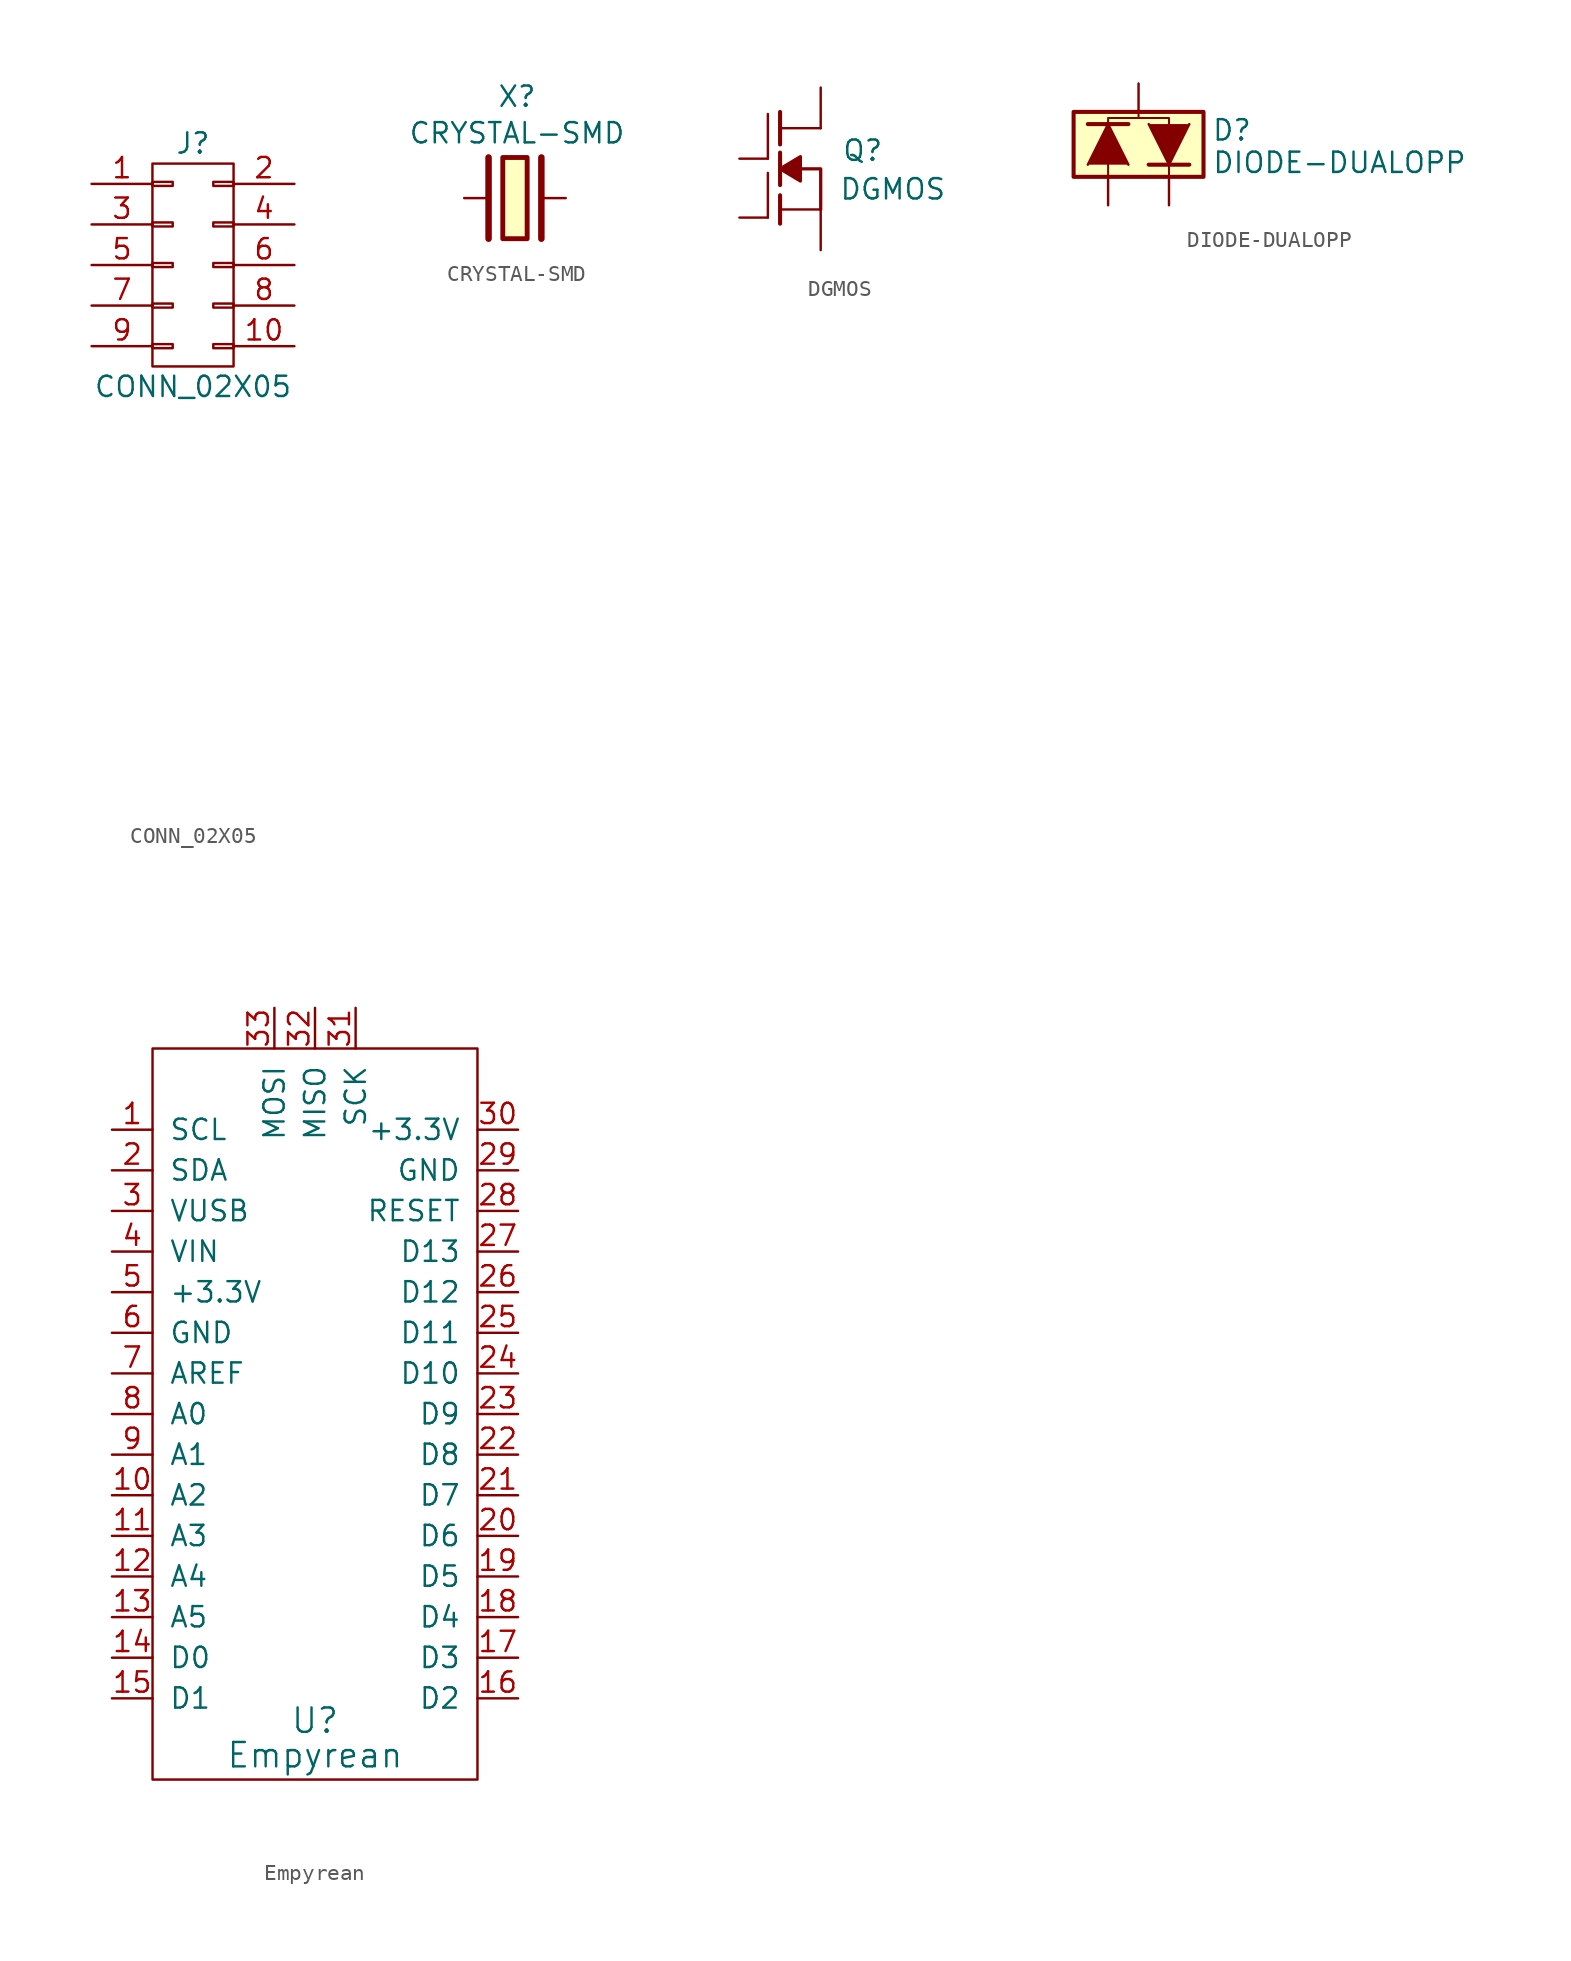
<source format=kicad_sym>
(kicad_symbol_lib
  (version 20220914)
  (generator kicad_symbol_editor)
  (symbol "CONN_02X05"
    (pin_names
      (offset 0.025) hide)
    (property "Reference" "J"
      (at 0 7.62 0)
      (effects (font (size 1.27 1.27))))
    (property "Value" "CONN_02X05"
      (at 0 -7.62 0)
      (effects (font (size 1.27 1.27))))
    (property "Footprint" ""
      (at 0 -30.48 0)
      (effects (font (size 1.524 1.524))))
    (property "Datasheet" ""
      (at 0 -30.48 0)
      (effects (font (size 1.524 1.524))))
    (symbol "CONN_02X05_0_1"
      (rectangle (start -2.54 -4.953) (end -1.27 -5.207) (stroke (width 0) (type solid)) (fill (type none)))
      (rectangle (start -2.54 -2.413) (end -1.27 -2.667) (stroke (width 0) (type solid)) (fill (type none)))
      (rectangle (start -2.54 0.127) (end -1.27 -0.127) (stroke (width 0) (type solid)) (fill (type none)))
      (rectangle (start -2.54 2.667) (end -1.27 2.413) (stroke (width 0) (type solid)) (fill (type none)))
      (rectangle (start -2.54 5.207) (end -1.27 4.953) (stroke (width 0) (type solid)) (fill (type none)))
      (rectangle (start -2.54 6.35) (end 2.54 -6.35) (stroke (width 0) (type solid)) (fill (type none)))
      (rectangle (start 1.27 -4.953) (end 2.54 -5.207) (stroke (width 0) (type solid)) (fill (type none)))
      (rectangle (start 1.27 -2.413) (end 2.54 -2.667) (stroke (width 0) (type solid)) (fill (type none)))
      (rectangle (start 1.27 0.127) (end 2.54 -0.127) (stroke (width 0) (type solid)) (fill (type none)))
      (rectangle (start 1.27 2.667) (end 2.54 2.413) (stroke (width 0) (type solid)) (fill (type none)))
      (rectangle (start 1.27 5.207) (end 2.54 4.953) (stroke (width 0) (type solid)) (fill (type none))))
    (symbol "CONN_02X05_1_1"
      (pin passive line (at -6.35 5.08 0) (length 3.81) (name "P1" (effects (font (size 1.27 1.27)))) (number "1" (effects (font (size 1.27 1.27)))))
      (pin passive line (at 6.35 -5.08 180) (length 3.81) (name "P10" (effects (font (size 1.27 1.27)))) (number "10" (effects (font (size 1.27 1.27)))))
      (pin passive line (at 6.35 5.08 180) (length 3.81) (name "P2" (effects (font (size 1.27 1.27)))) (number "2" (effects (font (size 1.27 1.27)))))
      (pin passive line (at -6.35 2.54 0) (length 3.81) (name "P3" (effects (font (size 1.27 1.27)))) (number "3" (effects (font (size 1.27 1.27)))))
      (pin passive line (at 6.35 2.54 180) (length 3.81) (name "P4" (effects (font (size 1.27 1.27)))) (number "4" (effects (font (size 1.27 1.27)))))
      (pin passive line (at -6.35 0 0) (length 3.81) (name "P5" (effects (font (size 1.27 1.27)))) (number "5" (effects (font (size 1.27 1.27)))))
      (pin passive line (at 6.35 0 180) (length 3.81) (name "P6" (effects (font (size 1.27 1.27)))) (number "6" (effects (font (size 1.27 1.27)))))
      (pin passive line (at -6.35 -2.54 0) (length 3.81) (name "P7" (effects (font (size 1.27 1.27)))) (number "7" (effects (font (size 1.27 1.27)))))
      (pin passive line (at 6.35 -2.54 180) (length 3.81) (name "P8" (effects (font (size 1.27 1.27)))) (number "8" (effects (font (size 1.27 1.27)))))
      (pin passive line (at -6.35 -5.08 0) (length 3.81) (name "P9" (effects (font (size 1.27 1.27)))) (number "9" (effects (font (size 1.27 1.27)))))))
  (symbol "CRYSTAL-SMD"
    (pin_numbers hide)
    (pin_names
      (offset 1.016) hide)
    (property "Reference" "X"
      (at 0.127 6.35 0)
      (effects (font (size 1.27 1.27))))
    (property "Value" "CRYSTAL-SMD"
      (at 0.127 4.064 0)
      (effects (font (size 1.27 1.27))))
    (property "Footprint" ""
      (at 0 0 0)
      (effects (font (size 1.524 1.524))))
    (property "Datasheet" ""
      (at 0 0 0)
      (effects (font (size 1.524 1.524))))
    (symbol "CRYSTAL-SMD_0_1"
      (polyline (pts (xy -1.651 2.54) (xy -1.651 -2.54)) (stroke (width 0.406) (type solid)) (fill (type none)))
      (polyline (pts (xy 1.651 2.54) (xy 1.651 -2.54)) (stroke (width 0.406) (type solid)) (fill (type none)))
      (polyline (pts (xy -0.762 2.54) (xy 0.762 2.54) (xy 0.762 -2.54) (xy -0.762 -2.54) (xy -0.762 2.54)) (stroke (width 0.305) (type solid)) (fill (type background))))
    (symbol "CRYSTAL-SMD_1_1"
      (pin passive line (at -3.175 0 0) (length 1.397) (name "1" (effects (font (size 1.016 1.016)))) (number "1" (effects (font (size 1.016 1.016)))))
      (pin passive line (at 3.175 0 180) (length 1.397) (name "3" (effects (font (size 1.016 1.016)))) (number "3" (effects (font (size 1.016 1.016)))))))
  (symbol "DGMOS"
    (pin_numbers hide)
    (pin_names
      (offset 0) hide)
    (property "Reference" "Q"
      (at 6.477 1.143 0)
      (effects (font (size 1.27 1.27)) (justify right)))
    (property "Value" "DGMOS"
      (at 10.414 -1.27 0)
      (effects (font (size 1.27 1.27)) (justify right)))
    (property "Footprint" ""
      (at 0 0 0)
      (effects (font (size 1.524 1.524))))
    (property "Datasheet" ""
      (at 0 0 0)
      (effects (font (size 1.524 1.524))))
    (symbol "DGMOS_0_1"
      (polyline (pts (xy -0.762 -3.048) (xy -0.762 -0.254)) (stroke (width 0.152) (type solid)) (fill (type none)))
      (polyline (pts (xy -0.762 0.635) (xy -0.762 3.429)) (stroke (width 0) (type solid)) (fill (type none)))
      (polyline (pts (xy 0 -3.429) (xy 0 -1.651)) (stroke (width 0.254) (type solid)) (fill (type none)))
      (polyline (pts (xy 0 -1.016) (xy 0 1.016)) (stroke (width 0.254) (type solid)) (fill (type none)))
      (polyline (pts (xy 0 1.524) (xy 0 3.556)) (stroke (width 0.254) (type solid)) (fill (type none)))
      (polyline (pts (xy 2.54 -2.54) (xy 0 -2.54)) (stroke (width 0) (type solid)) (fill (type none)))
      (polyline (pts (xy 2.54 2.54) (xy 0 2.54)) (stroke (width 0) (type solid)) (fill (type none)))
      (polyline (pts (xy 2.54 -2.54) (xy 2.54 0) (xy 1.27 0)) (stroke (width 0.203) (type solid)) (fill (type none)))
      (polyline (pts (xy 1.27 0.762) (xy 1.27 -0.762) (xy 0 0) (xy 1.27 0.762) (xy 1.27 0.762)) (stroke (width 0.203) (type solid)) (fill (type outline))))
    (symbol "DGMOS_1_1"
      (pin passive line (at 2.54 -5.08 90) (length 2.54) (name "S" (effects (font (size 1.016 1.016)))) (number "1" (effects (font (size 1.016 1.016)))))
      (pin passive line (at 2.54 5.08 270) (length 2.54) (name "D" (effects (font (size 1.016 1.016)))) (number "2" (effects (font (size 1.016 1.016)))))
      (pin passive line (at -2.54 0.635 0) (length 1.778) (name "G2" (effects (font (size 1.27 1.27)))) (number "3" (effects (font (size 1.27 1.27)))))
      (pin passive line (at -2.54 -3.048 0) (length 1.778) (name "G1" (effects (font (size 1.016 1.016)))) (number "4" (effects (font (size 1.016 1.016)))))))
  (symbol "DIODE-DUALOPP"
    (pin_numbers hide)
    (pin_names
      (offset 1.016) hide)
    (property "Reference" "D"
      (at 5.842 0.889 0)
      (effects (font (size 1.27 1.27))))
    (property "Value" "DIODE-DUALOPP"
      (at 12.573 -1.143 0)
      (effects (font (size 1.27 1.27))))
    (property "Footprint" ""
      (at 0 0 0)
      (effects (font (size 1.524 1.524))))
    (property "Datasheet" ""
      (at 0 0 0)
      (effects (font (size 1.524 1.524))))
    (symbol "DIODE-DUALOPP_0_1"
      (rectangle (start -4.064 2.032) (end 4.064 -2.032) (stroke (width 0.254) (type solid)) (fill (type background)))
      (polyline (pts (xy -3.175 1.27) (xy -0.635 1.27)) (stroke (width 0.254) (type solid)) (fill (type none)))
      (polyline (pts (xy -1.905 -1.27) (xy -1.905 -1.905)) (stroke (width 0.127) (type solid)) (fill (type none)))
      (polyline (pts (xy 0 1.651) (xy 0 2.032)) (stroke (width 0.127) (type solid)) (fill (type none)))
      (polyline (pts (xy 0.635 -1.27) (xy 3.175 -1.27)) (stroke (width 0.254) (type solid)) (fill (type none)))
      (polyline (pts (xy 1.905 -1.27) (xy 1.905 -1.905)) (stroke (width 0.127) (type solid)) (fill (type none)))
      (polyline (pts (xy -3.175 -1.27) (xy -1.905 1.27) (xy -0.635 -1.27)) (stroke (width 0) (type solid)) (fill (type outline)))
      (polyline (pts (xy 0.635 1.27) (xy 1.905 -1.27) (xy 3.175 1.27)) (stroke (width 0) (type solid)) (fill (type outline)))
      (polyline (pts (xy -1.905 1.27) (xy -1.905 1.651) (xy 1.905 1.651) (xy 1.905 1.27)) (stroke (width 0.127) (type solid)) (fill (type none))))
    (symbol "DIODE-DUALOPP_1_1"
      (pin passive line (at -1.905 -3.81 90) (length 1.778) (name "1" (effects (font (size 1.27 1.27)))) (number "1" (effects (font (size 1.27 1.27)))))
      (pin passive line (at 1.905 -3.81 90) (length 1.778) (name "2" (effects (font (size 1.27 1.27)))) (number "2" (effects (font (size 1.27 1.27)))))
      (pin passive line (at 0 3.81 270) (length 1.778) (name "3" (effects (font (size 1.27 1.27)))) (number "3" (effects (font (size 1.27 1.27)))))))
  (symbol "Empyrean"
    (pin_names
      (offset 1.016))
    (property "Reference" "U"
      (at 0 -19.177 0)
      (effects (font (size 1.524 1.524))))
    (property "Value" "Empyrean"
      (at 0 -21.336 0)
      (effects (font (size 1.524 1.524))))
    (symbol "Empyrean_0_1"
      (rectangle (start -10.16 22.86) (end 10.16 -22.86) (stroke (width 0) (type solid)) (fill (type none))))
    (symbol "Empyrean_1_1"
      (pin passive line (at -12.7 17.78 0) (length 2.54) (name "SCL" (effects (font (size 1.27 1.27)))) (number "1" (effects (font (size 1.27 1.27)))))
      (pin passive line (at -12.7 -5.08 0) (length 2.54) (name "A2" (effects (font (size 1.27 1.27)))) (number "10" (effects (font (size 1.27 1.27)))))
      (pin passive line (at -12.7 -7.62 0) (length 2.54) (name "A3" (effects (font (size 1.27 1.27)))) (number "11" (effects (font (size 1.27 1.27)))))
      (pin passive line (at -12.7 -10.16 0) (length 2.54) (name "A4" (effects (font (size 1.27 1.27)))) (number "12" (effects (font (size 1.27 1.27)))))
      (pin passive line (at -12.7 -12.7 0) (length 2.54) (name "A5" (effects (font (size 1.27 1.27)))) (number "13" (effects (font (size 1.27 1.27)))))
      (pin passive line (at -12.7 -15.24 0) (length 2.54) (name "D0" (effects (font (size 1.27 1.27)))) (number "14" (effects (font (size 1.27 1.27)))))
      (pin passive line (at -12.7 -17.78 0) (length 2.54) (name "D1" (effects (font (size 1.27 1.27)))) (number "15" (effects (font (size 1.27 1.27)))))
      (pin passive line (at 12.7 -17.78 180) (length 2.54) (name "D2" (effects (font (size 1.27 1.27)))) (number "16" (effects (font (size 1.27 1.27)))))
      (pin passive line (at 12.7 -15.24 180) (length 2.54) (name "D3" (effects (font (size 1.27 1.27)))) (number "17" (effects (font (size 1.27 1.27)))))
      (pin passive line (at 12.7 -12.7 180) (length 2.54) (name "D4" (effects (font (size 1.27 1.27)))) (number "18" (effects (font (size 1.27 1.27)))))
      (pin passive line (at 12.7 -10.16 180) (length 2.54) (name "D5" (effects (font (size 1.27 1.27)))) (number "19" (effects (font (size 1.27 1.27)))))
      (pin passive line (at -12.7 15.24 0) (length 2.54) (name "SDA" (effects (font (size 1.27 1.27)))) (number "2" (effects (font (size 1.27 1.27)))))
      (pin passive line (at 12.7 -7.62 180) (length 2.54) (name "D6" (effects (font (size 1.27 1.27)))) (number "20" (effects (font (size 1.27 1.27)))))
      (pin passive line (at 12.7 -5.08 180) (length 2.54) (name "D7" (effects (font (size 1.27 1.27)))) (number "21" (effects (font (size 1.27 1.27)))))
      (pin passive line (at 12.7 -2.54 180) (length 2.54) (name "D8" (effects (font (size 1.27 1.27)))) (number "22" (effects (font (size 1.27 1.27)))))
      (pin passive line (at 12.7 0 180) (length 2.54) (name "D9" (effects (font (size 1.27 1.27)))) (number "23" (effects (font (size 1.27 1.27)))))
      (pin passive line (at 12.7 2.54 180) (length 2.54) (name "D10" (effects (font (size 1.27 1.27)))) (number "24" (effects (font (size 1.27 1.27)))))
      (pin passive line (at 12.7 5.08 180) (length 2.54) (name "D11" (effects (font (size 1.27 1.27)))) (number "25" (effects (font (size 1.27 1.27)))))
      (pin passive line (at 12.7 7.62 180) (length 2.54) (name "D12" (effects (font (size 1.27 1.27)))) (number "26" (effects (font (size 1.27 1.27)))))
      (pin passive line (at 12.7 10.16 180) (length 2.54) (name "D13" (effects (font (size 1.27 1.27)))) (number "27" (effects (font (size 1.27 1.27)))))
      (pin passive line (at 12.7 12.7 180) (length 2.54) (name "RESET" (effects (font (size 1.27 1.27)))) (number "28" (effects (font (size 1.27 1.27)))))
      (pin passive line (at 12.7 15.24 180) (length 2.54) (name "GND" (effects (font (size 1.27 1.27)))) (number "29" (effects (font (size 1.27 1.27)))))
      (pin passive line (at -12.7 12.7 0) (length 2.54) (name "VUSB" (effects (font (size 1.27 1.27)))) (number "3" (effects (font (size 1.27 1.27)))))
      (pin passive line (at 12.7 17.78 180) (length 2.54) (name "+3.3V" (effects (font (size 1.27 1.27)))) (number "30" (effects (font (size 1.27 1.27)))))
      (pin passive line (at 2.54 25.4 270) (length 2.54) (name "SCK" (effects (font (size 1.27 1.27)))) (number "31" (effects (font (size 1.27 1.27)))))
      (pin passive line (at 0 25.4 270) (length 2.54) (name "MISO" (effects (font (size 1.27 1.27)))) (number "32" (effects (font (size 1.27 1.27)))))
      (pin passive line (at -2.54 25.4 270) (length 2.54) (name "MOSI" (effects (font (size 1.27 1.27)))) (number "33" (effects (font (size 1.27 1.27)))))
      (pin power_in line (at -12.7 10.16 0) (length 2.54) (name "VIN" (effects (font (size 1.27 1.27)))) (number "4" (effects (font (size 1.27 1.27)))))
      (pin passive line (at -12.7 7.62 0) (length 2.54) (name "+3.3V" (effects (font (size 1.27 1.27)))) (number "5" (effects (font (size 1.27 1.27)))))
      (pin passive line (at -12.7 5.08 0) (length 2.54) (name "GND" (effects (font (size 1.27 1.27)))) (number "6" (effects (font (size 1.27 1.27)))))
      (pin passive line (at -12.7 2.54 0) (length 2.54) (name "AREF" (effects (font (size 1.27 1.27)))) (number "7" (effects (font (size 1.27 1.27)))))
      (pin passive line (at -12.7 0 0) (length 2.54) (name "A0" (effects (font (size 1.27 1.27)))) (number "8" (effects (font (size 1.27 1.27)))))
      (pin passive line (at -12.7 -2.54 0) (length 2.54) (name "A1" (effects (font (size 1.27 1.27)))) (number "9" (effects (font (size 1.27 1.27))))))))
</source>
